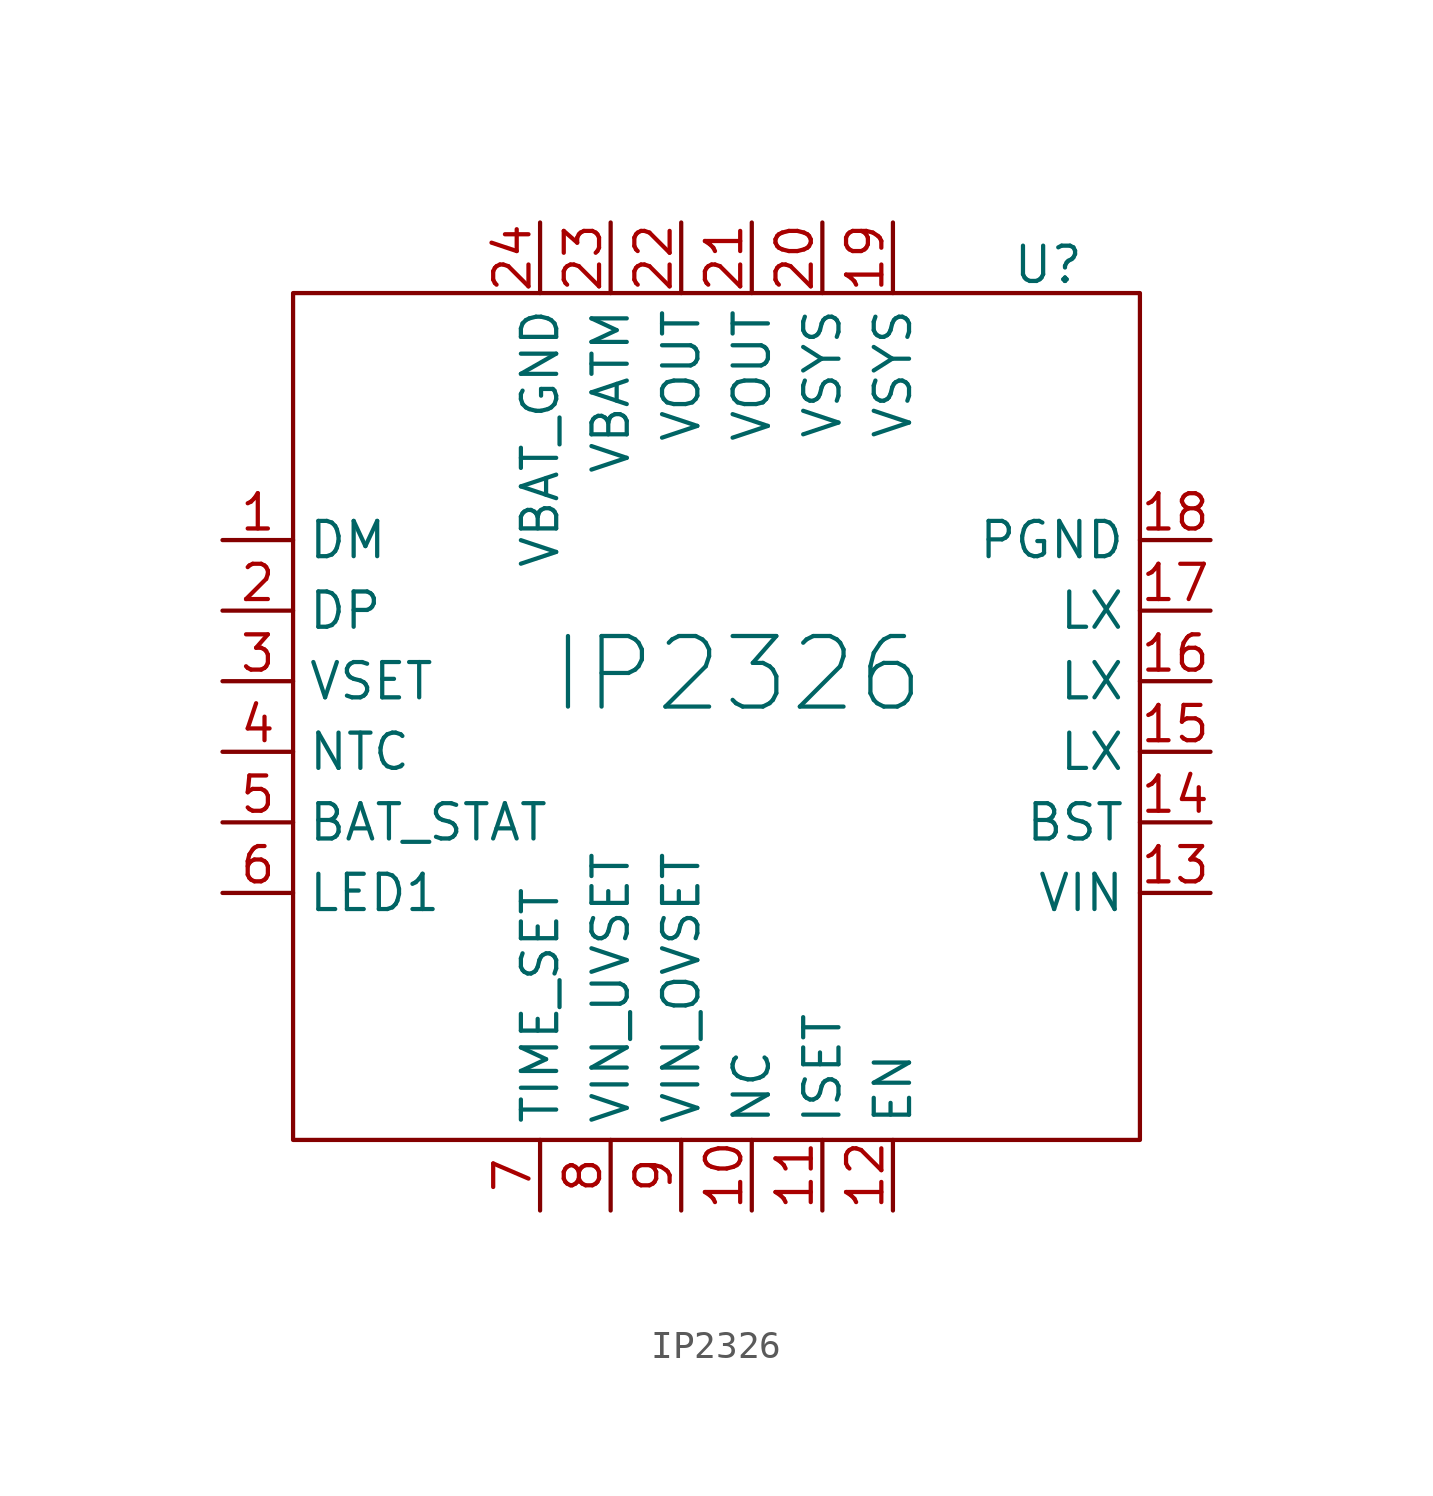
<source format=kicad_sym>
(kicad_symbol_lib
  (version 20241209)
  (generator "kicad_symbol_editor")
  (generator_version "9.0")
  (symbol "IP2326"
    (property "Reference" "U"
      (at 11.938 16.256 0)
      (effects (font (size 1.27 1.27))))
    (property "Value" "IP2326"
      (at 0.762 1.524 0)
      (effects (font (size 2.54 2.54))))
    (symbol "IP2326_0_1"
      (rectangle (start -15.24 15.24) (end 15.24 -15.24) (stroke (width 0) (type default)) (fill (type none))))
    (symbol "IP2326_1_1"
      (pin input line (at -17.78 6.35 0) (length 2.54) (name "DM" (effects (font (size 1.27 1.27)))) (number "1" (effects (font (size 1.27 1.27)))))
      (pin input line (at -17.78 3.81 0) (length 2.54) (name "DP" (effects (font (size 1.27 1.27)))) (number "2" (effects (font (size 1.27 1.27)))))
      (pin input line (at -17.78 1.27 0) (length 2.54) (name "VSET" (effects (font (size 1.27 1.27)))) (number "3" (effects (font (size 1.27 1.27)))))
      (pin input line (at -17.78 -1.27 0) (length 2.54) (name "NTC" (effects (font (size 1.27 1.27)))) (number "4" (effects (font (size 1.27 1.27)))))
      (pin output line (at -17.78 -3.81 0) (length 2.54) (name "BAT_STAT" (effects (font (size 1.27 1.27)))) (number "5" (effects (font (size 1.27 1.27)))))
      (pin output line (at -17.78 -6.35 0) (length 2.54) (name "LED1" (effects (font (size 1.27 1.27)))) (number "6" (effects (font (size 1.27 1.27)))))
      (pin power_in line (at -6.35 17.78 270) (length 2.54) (name "VBAT_GND" (effects (font (size 1.27 1.27)))) (number "24" (effects (font (size 1.27 1.27)))))
      (pin input line (at -6.35 -17.78 90) (length 2.54) (name "TIME_SET" (effects (font (size 1.27 1.27)))) (number "7" (effects (font (size 1.27 1.27)))))
      (pin input line (at -3.81 17.78 270) (length 2.54) (name "VBATM" (effects (font (size 1.27 1.27)))) (number "23" (effects (font (size 1.27 1.27)))))
      (pin input line (at -3.81 -17.78 90) (length 2.54) (name "VIN_UVSET" (effects (font (size 1.27 1.27)))) (number "8" (effects (font (size 1.27 1.27)))))
      (pin power_out line (at -1.27 17.78 270) (length 2.54) (name "VOUT" (effects (font (size 1.27 1.27)))) (number "22" (effects (font (size 1.27 1.27)))))
      (pin input line (at -1.27 -17.78 90) (length 2.54) (name "VIN_OVSET" (effects (font (size 1.27 1.27)))) (number "9" (effects (font (size 1.27 1.27)))))
      (pin power_out line (at 1.27 17.78 270) (length 2.54) (name "VOUT" (effects (font (size 1.27 1.27)))) (number "21" (effects (font (size 1.27 1.27)))))
      (pin input line (at 1.27 -17.78 90) (length 2.54) (name "NC" (effects (font (size 1.27 1.27)))) (number "10" (effects (font (size 1.27 1.27)))))
      (pin power_out line (at 3.81 17.78 270) (length 2.54) (name "VSYS" (effects (font (size 1.27 1.27)))) (number "20" (effects (font (size 1.27 1.27)))))
      (pin input line (at 3.81 -17.78 90) (length 2.54) (name "ISET" (effects (font (size 1.27 1.27)))) (number "11" (effects (font (size 1.27 1.27)))))
      (pin power_out line (at 6.35 17.78 270) (length 2.54) (name "VSYS" (effects (font (size 1.27 1.27)))) (number "19" (effects (font (size 1.27 1.27)))))
      (pin input line (at 6.35 -17.78 90) (length 2.54) (name "EN" (effects (font (size 1.27 1.27)))) (number "12" (effects (font (size 1.27 1.27)))))
      (pin power_in line (at 17.78 6.35 180) (length 2.54) (name "PGND" (effects (font (size 1.27 1.27)))) (number "18" (effects (font (size 1.27 1.27)))))
      (pin power_in line (at 17.78 3.81 180) (length 2.54) (name "LX" (effects (font (size 1.27 1.27)))) (number "17" (effects (font (size 1.27 1.27)))))
      (pin power_in line (at 17.78 1.27 180) (length 2.54) (name "LX" (effects (font (size 1.27 1.27)))) (number "16" (effects (font (size 1.27 1.27)))))
      (pin power_in line (at 17.78 -1.27 180) (length 2.54) (name "LX" (effects (font (size 1.27 1.27)))) (number "15" (effects (font (size 1.27 1.27)))))
      (pin power_in line (at 17.78 -3.81 180) (length 2.54) (name "BST" (effects (font (size 1.27 1.27)))) (number "14" (effects (font (size 1.27 1.27)))))
      (pin power_in line (at 17.78 -6.35 180) (length 2.54) (name "VIN" (effects (font (size 1.27 1.27)))) (number "13" (effects (font (size 1.27 1.27))))))))
</source>
